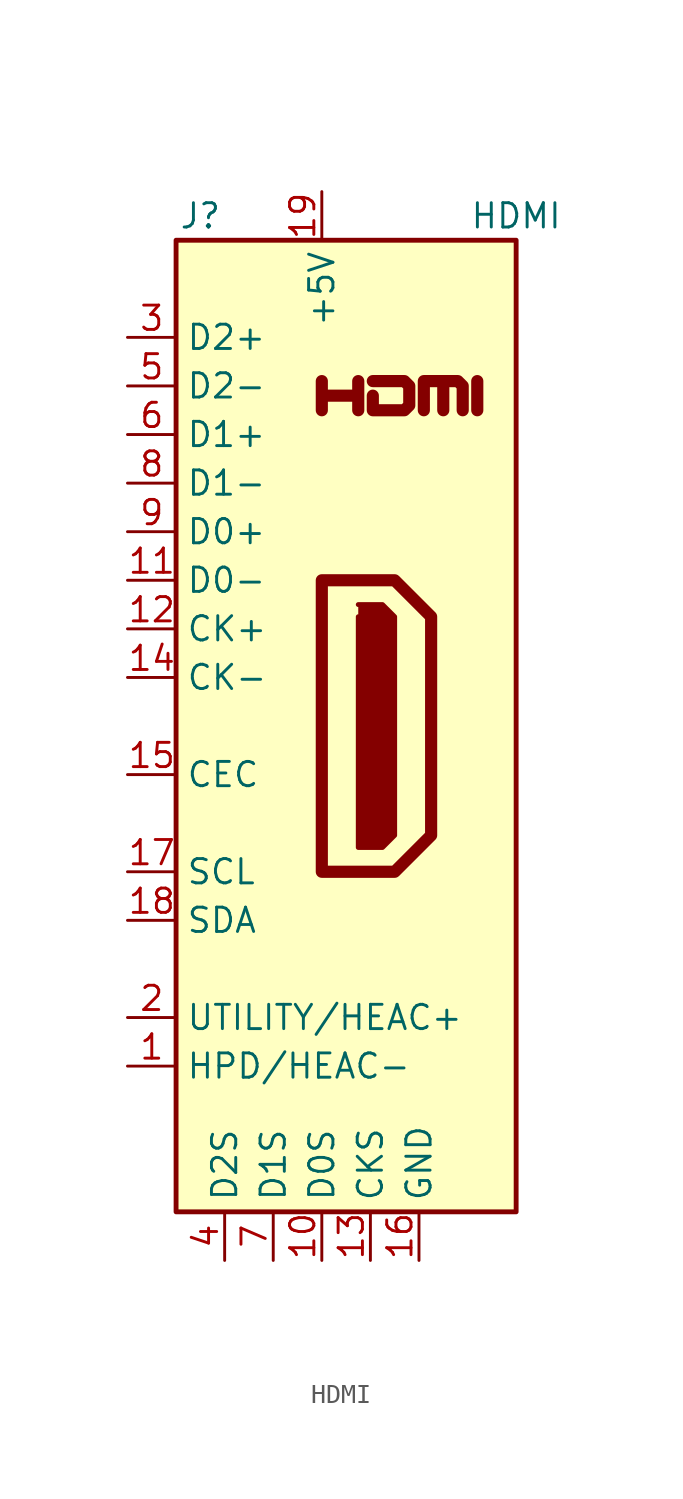
<source format=kicad_sym>
(kicad_symbol_lib
  (version 20231120)
  (generator "kicad_symbol_editor")
  (generator_version "8.0")
  (symbol "HDMI"
    (property "Reference" "J"
      (at -6.35 26.67 0)
      (effects (font (size 1.27 1.27))))
    (property "Value" "HDMI"
      (at 10.16 26.67 0)
      (effects (font (size 1.27 1.27))))
    (symbol "HDMI_0_0"
      (polyline (pts (xy 8.128 16.51) (xy 8.128 18.034)) (stroke (width 0.635) (type default)) (fill (type none)))
      (polyline (pts (xy 0 16.51) (xy 0 18.034) (xy 0 17.272) (xy 1.905 17.272) (xy 1.905 18.034) (xy 1.905 16.51)) (stroke (width 0.635) (type default)) (fill (type none)))
      (polyline (pts (xy 2.667 18.034) (xy 4.318 18.034) (xy 4.572 17.78) (xy 4.572 16.764) (xy 4.318 16.51) (xy 2.667 16.51) (xy 2.667 17.272)) (stroke (width 0.635) (type default)) (fill (type none))))
    (symbol "HDMI_0_1"
      (rectangle (start -7.62 25.4) (end 10.16 -25.4) (stroke (width 0.254) (type default)) (fill (type background)))
      (polyline (pts (xy 0 7.62) (xy 3.81 7.62) (xy 5.715 5.715) (xy 5.715 -5.715) (xy 3.81 -7.62) (xy 0 -7.62) (xy 0 7.62)) (stroke (width 0.635) (type default)) (fill (type none)))
      (polyline (pts (xy 1.905 6.35) (xy 3.175 6.35) (xy 3.81 5.715) (xy 3.81 -5.715) (xy 3.175 -6.35) (xy 1.905 -6.35) (xy 1.905 5.715)) (stroke (width 0.254) (type default)) (fill (type outline)))
      (polyline (pts (xy 5.334 16.51) (xy 5.334 18.034) (xy 6.35 18.034) (xy 6.35 16.51) (xy 6.35 18.034) (xy 7.112 18.034) (xy 7.366 17.78) (xy 7.366 16.51)) (stroke (width 0.635) (type default)) (fill (type none))))
    (symbol "HDMI_1_1"
      (pin passive line (at -10.16 -17.78 0) (length 2.54) (name "HPD/HEAC-" (effects (font (size 1.27 1.27)))) (number "1" (effects (font (size 1.27 1.27)))))
      (pin power_in line (at 0 -27.94 90) (length 2.54) (name "D0S" (effects (font (size 1.27 1.27)))) (number "10" (effects (font (size 1.27 1.27)))))
      (pin passive line (at -10.16 7.62 0) (length 2.54) (name "D0-" (effects (font (size 1.27 1.27)))) (number "11" (effects (font (size 1.27 1.27)))))
      (pin passive line (at -10.16 5.08 0) (length 2.54) (name "CK+" (effects (font (size 1.27 1.27)))) (number "12" (effects (font (size 1.27 1.27)))))
      (pin power_in line (at 2.54 -27.94 90) (length 2.54) (name "CKS" (effects (font (size 1.27 1.27)))) (number "13" (effects (font (size 1.27 1.27)))))
      (pin passive line (at -10.16 2.54 0) (length 2.54) (name "CK-" (effects (font (size 1.27 1.27)))) (number "14" (effects (font (size 1.27 1.27)))))
      (pin bidirectional line (at -10.16 -2.54 0) (length 2.54) (name "CEC" (effects (font (size 1.27 1.27)))) (number "15" (effects (font (size 1.27 1.27)))))
      (pin power_in line (at 5.08 -27.94 90) (length 2.54) (name "GND" (effects (font (size 1.27 1.27)))) (number "16" (effects (font (size 1.27 1.27)))))
      (pin passive line (at -10.16 -7.62 0) (length 2.54) (name "SCL" (effects (font (size 1.27 1.27)))) (number "17" (effects (font (size 1.27 1.27)))))
      (pin bidirectional line (at -10.16 -10.16 0) (length 2.54) (name "SDA" (effects (font (size 1.27 1.27)))) (number "18" (effects (font (size 1.27 1.27)))))
      (pin power_in line (at 0 27.94 270) (length 2.54) (name "+5V" (effects (font (size 1.27 1.27)))) (number "19" (effects (font (size 1.27 1.27)))))
      (pin passive line (at -10.16 -15.24 0) (length 2.54) (name "UTILITY/HEAC+" (effects (font (size 1.27 1.27)))) (number "2" (effects (font (size 1.27 1.27)))))
      (pin passive line (at -10.16 20.32 0) (length 2.54) (name "D2+" (effects (font (size 1.27 1.27)))) (number "3" (effects (font (size 1.27 1.27)))))
      (pin power_in line (at -5.08 -27.94 90) (length 2.54) (name "D2S" (effects (font (size 1.27 1.27)))) (number "4" (effects (font (size 1.27 1.27)))))
      (pin passive line (at -10.16 17.78 0) (length 2.54) (name "D2-" (effects (font (size 1.27 1.27)))) (number "5" (effects (font (size 1.27 1.27)))))
      (pin passive line (at -10.16 15.24 0) (length 2.54) (name "D1+" (effects (font (size 1.27 1.27)))) (number "6" (effects (font (size 1.27 1.27)))))
      (pin power_in line (at -2.54 -27.94 90) (length 2.54) (name "D1S" (effects (font (size 1.27 1.27)))) (number "7" (effects (font (size 1.27 1.27)))))
      (pin passive line (at -10.16 12.7 0) (length 2.54) (name "D1-" (effects (font (size 1.27 1.27)))) (number "8" (effects (font (size 1.27 1.27)))))
      (pin passive line (at -10.16 10.16 0) (length 2.54) (name "D0+" (effects (font (size 1.27 1.27)))) (number "9" (effects (font (size 1.27 1.27))))))))
</source>
